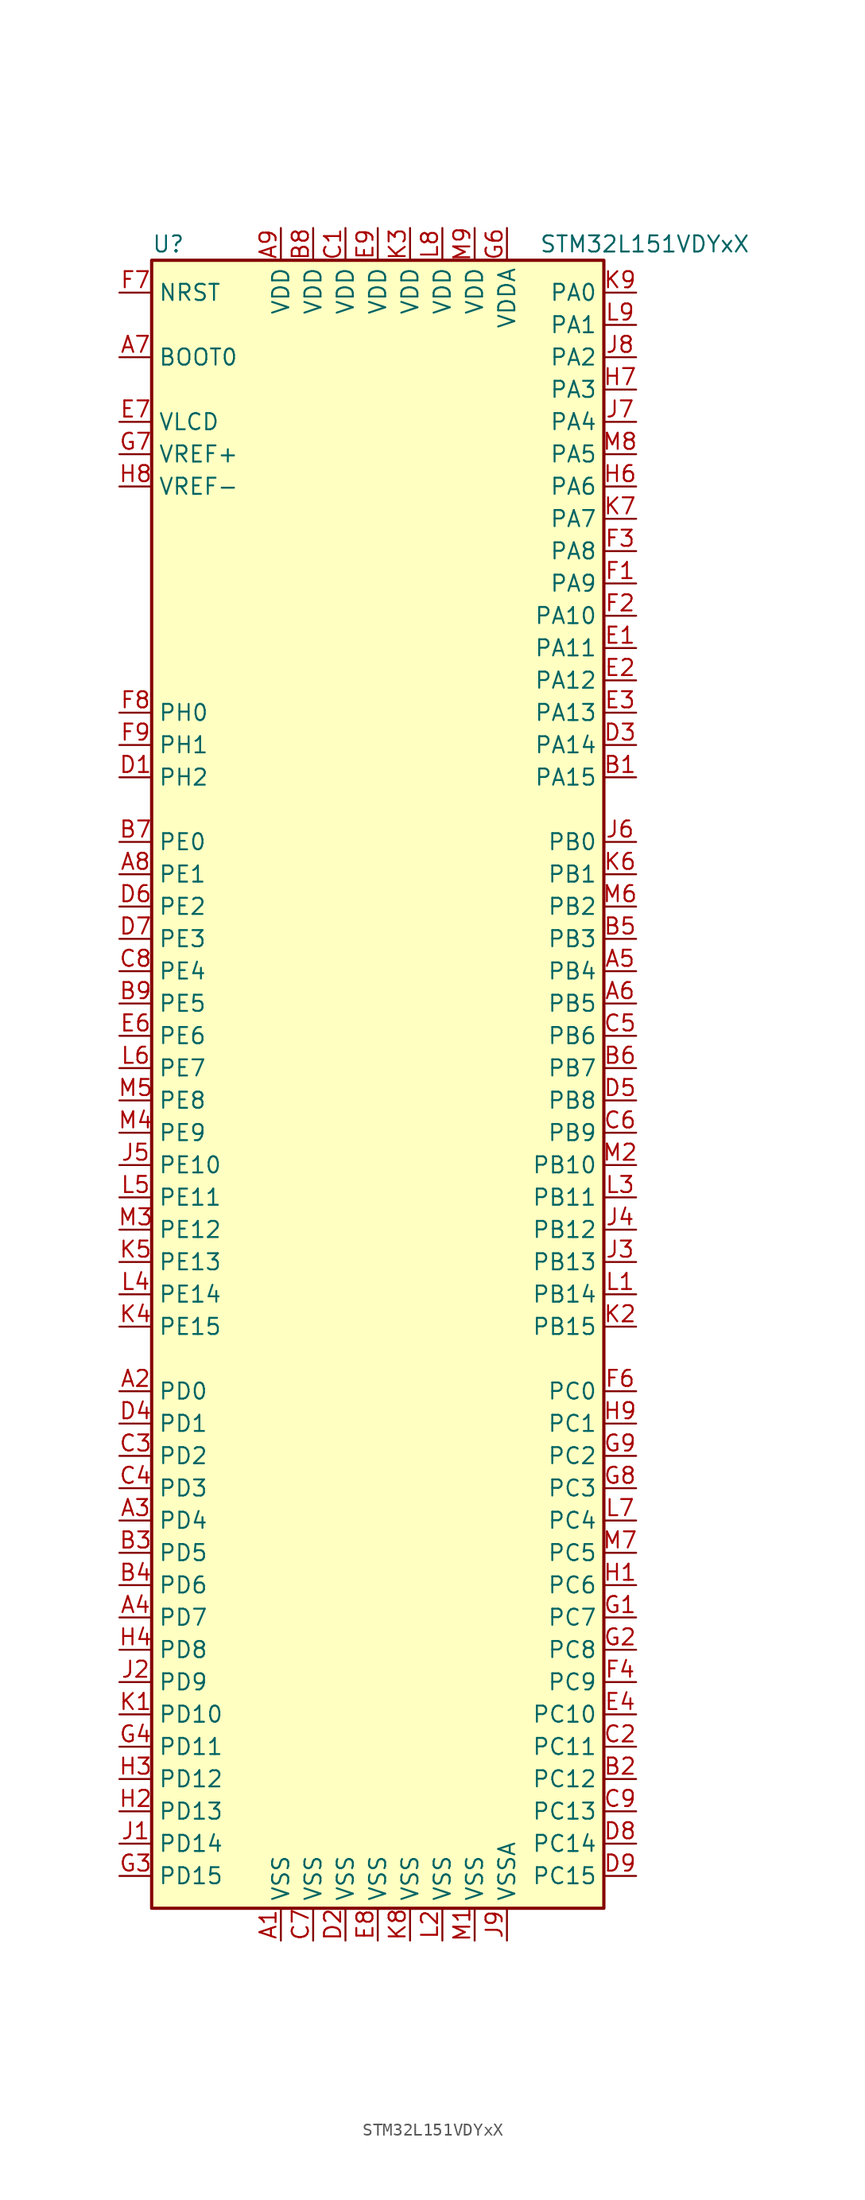
<source format=kicad_sym>
(kicad_symbol_lib
  (version 20201005)
  (generator kicad_symbol_editor)
  (symbol "MCU_ST_STM32L1:STM32L151VDYxX"
    (property "Reference" "U"
      (at -17.78 64.77 0)
      (effects (font (size 1.27 1.27)) (justify left)))
    (property "Value" "STM32L151VDYxX"
      (at 12.7 64.77 0)
      (effects (font (size 1.27 1.27)) (justify left)))
    (symbol "STM32L151VDYxX_0_1"
      (rectangle (start -17.78 -66.04) (end 17.78 63.5) (stroke (width 0.254)) (fill (type background))))
    (symbol "STM32L151VDYxX_1_1"
      (pin input line (at -20.32 55.88 0) (length 2.54) (name "BOOT0" (effects (font (size 1.27 1.27)))) (number "A7" (effects (font (size 1.27 1.27)))))
      (pin input line (at -20.32 60.96 0) (length 2.54) (name "NRST" (effects (font (size 1.27 1.27)))) (number "F7" (effects (font (size 1.27 1.27)))))
      (pin bidirectional line (at 20.32 60.96 180) (length 2.54) (name "PA0" (effects (font (size 1.27 1.27)))) (number "K9" (effects (font (size 1.27 1.27)))))
      (pin bidirectional line (at 20.32 58.42 180) (length 2.54) (name "PA1" (effects (font (size 1.27 1.27)))) (number "L9" (effects (font (size 1.27 1.27)))))
      (pin bidirectional line (at 20.32 35.56 180) (length 2.54) (name "PA10" (effects (font (size 1.27 1.27)))) (number "F2" (effects (font (size 1.27 1.27)))))
      (pin bidirectional line (at 20.32 33.02 180) (length 2.54) (name "PA11" (effects (font (size 1.27 1.27)))) (number "E1" (effects (font (size 1.27 1.27)))))
      (pin bidirectional line (at 20.32 30.48 180) (length 2.54) (name "PA12" (effects (font (size 1.27 1.27)))) (number "E2" (effects (font (size 1.27 1.27)))))
      (pin bidirectional line (at 20.32 27.94 180) (length 2.54) (name "PA13" (effects (font (size 1.27 1.27)))) (number "E3" (effects (font (size 1.27 1.27)))))
      (pin bidirectional line (at 20.32 25.4 180) (length 2.54) (name "PA14" (effects (font (size 1.27 1.27)))) (number "D3" (effects (font (size 1.27 1.27)))))
      (pin bidirectional line (at 20.32 22.86 180) (length 2.54) (name "PA15" (effects (font (size 1.27 1.27)))) (number "B1" (effects (font (size 1.27 1.27)))))
      (pin bidirectional line (at 20.32 55.88 180) (length 2.54) (name "PA2" (effects (font (size 1.27 1.27)))) (number "J8" (effects (font (size 1.27 1.27)))))
      (pin bidirectional line (at 20.32 53.34 180) (length 2.54) (name "PA3" (effects (font (size 1.27 1.27)))) (number "H7" (effects (font (size 1.27 1.27)))))
      (pin bidirectional line (at 20.32 50.8 180) (length 2.54) (name "PA4" (effects (font (size 1.27 1.27)))) (number "J7" (effects (font (size 1.27 1.27)))))
      (pin bidirectional line (at 20.32 48.26 180) (length 2.54) (name "PA5" (effects (font (size 1.27 1.27)))) (number "M8" (effects (font (size 1.27 1.27)))))
      (pin bidirectional line (at 20.32 45.72 180) (length 2.54) (name "PA6" (effects (font (size 1.27 1.27)))) (number "H6" (effects (font (size 1.27 1.27)))))
      (pin bidirectional line (at 20.32 43.18 180) (length 2.54) (name "PA7" (effects (font (size 1.27 1.27)))) (number "K7" (effects (font (size 1.27 1.27)))))
      (pin bidirectional line (at 20.32 40.64 180) (length 2.54) (name "PA8" (effects (font (size 1.27 1.27)))) (number "F3" (effects (font (size 1.27 1.27)))))
      (pin bidirectional line (at 20.32 38.1 180) (length 2.54) (name "PA9" (effects (font (size 1.27 1.27)))) (number "F1" (effects (font (size 1.27 1.27)))))
      (pin bidirectional line (at 20.32 17.78 180) (length 2.54) (name "PB0" (effects (font (size 1.27 1.27)))) (number "J6" (effects (font (size 1.27 1.27)))))
      (pin bidirectional line (at 20.32 15.24 180) (length 2.54) (name "PB1" (effects (font (size 1.27 1.27)))) (number "K6" (effects (font (size 1.27 1.27)))))
      (pin bidirectional line (at 20.32 -7.62 180) (length 2.54) (name "PB10" (effects (font (size 1.27 1.27)))) (number "M2" (effects (font (size 1.27 1.27)))))
      (pin bidirectional line (at 20.32 -10.16 180) (length 2.54) (name "PB11" (effects (font (size 1.27 1.27)))) (number "L3" (effects (font (size 1.27 1.27)))))
      (pin bidirectional line (at 20.32 -12.7 180) (length 2.54) (name "PB12" (effects (font (size 1.27 1.27)))) (number "J4" (effects (font (size 1.27 1.27)))))
      (pin bidirectional line (at 20.32 -15.24 180) (length 2.54) (name "PB13" (effects (font (size 1.27 1.27)))) (number "J3" (effects (font (size 1.27 1.27)))))
      (pin bidirectional line (at 20.32 -17.78 180) (length 2.54) (name "PB14" (effects (font (size 1.27 1.27)))) (number "L1" (effects (font (size 1.27 1.27)))))
      (pin bidirectional line (at 20.32 -20.32 180) (length 2.54) (name "PB15" (effects (font (size 1.27 1.27)))) (number "K2" (effects (font (size 1.27 1.27)))))
      (pin bidirectional line (at 20.32 12.7 180) (length 2.54) (name "PB2" (effects (font (size 1.27 1.27)))) (number "M6" (effects (font (size 1.27 1.27)))))
      (pin bidirectional line (at 20.32 10.16 180) (length 2.54) (name "PB3" (effects (font (size 1.27 1.27)))) (number "B5" (effects (font (size 1.27 1.27)))))
      (pin bidirectional line (at 20.32 7.62 180) (length 2.54) (name "PB4" (effects (font (size 1.27 1.27)))) (number "A5" (effects (font (size 1.27 1.27)))))
      (pin bidirectional line (at 20.32 5.08 180) (length 2.54) (name "PB5" (effects (font (size 1.27 1.27)))) (number "A6" (effects (font (size 1.27 1.27)))))
      (pin bidirectional line (at 20.32 2.54 180) (length 2.54) (name "PB6" (effects (font (size 1.27 1.27)))) (number "C5" (effects (font (size 1.27 1.27)))))
      (pin bidirectional line (at 20.32 0 180) (length 2.54) (name "PB7" (effects (font (size 1.27 1.27)))) (number "B6" (effects (font (size 1.27 1.27)))))
      (pin bidirectional line (at 20.32 -2.54 180) (length 2.54) (name "PB8" (effects (font (size 1.27 1.27)))) (number "D5" (effects (font (size 1.27 1.27)))))
      (pin bidirectional line (at 20.32 -5.08 180) (length 2.54) (name "PB9" (effects (font (size 1.27 1.27)))) (number "C6" (effects (font (size 1.27 1.27)))))
      (pin bidirectional line (at 20.32 -25.4 180) (length 2.54) (name "PC0" (effects (font (size 1.27 1.27)))) (number "F6" (effects (font (size 1.27 1.27)))))
      (pin bidirectional line (at 20.32 -27.94 180) (length 2.54) (name "PC1" (effects (font (size 1.27 1.27)))) (number "H9" (effects (font (size 1.27 1.27)))))
      (pin bidirectional line (at 20.32 -50.8 180) (length 2.54) (name "PC10" (effects (font (size 1.27 1.27)))) (number "E4" (effects (font (size 1.27 1.27)))))
      (pin bidirectional line (at 20.32 -53.34 180) (length 2.54) (name "PC11" (effects (font (size 1.27 1.27)))) (number "C2" (effects (font (size 1.27 1.27)))))
      (pin bidirectional line (at 20.32 -55.88 180) (length 2.54) (name "PC12" (effects (font (size 1.27 1.27)))) (number "B2" (effects (font (size 1.27 1.27)))))
      (pin bidirectional line (at 20.32 -58.42 180) (length 2.54) (name "PC13" (effects (font (size 1.27 1.27)))) (number "C9" (effects (font (size 1.27 1.27)))))
      (pin bidirectional line (at 20.32 -60.96 180) (length 2.54) (name "PC14" (effects (font (size 1.27 1.27)))) (number "D8" (effects (font (size 1.27 1.27)))))
      (pin bidirectional line (at 20.32 -63.5 180) (length 2.54) (name "PC15" (effects (font (size 1.27 1.27)))) (number "D9" (effects (font (size 1.27 1.27)))))
      (pin bidirectional line (at 20.32 -30.48 180) (length 2.54) (name "PC2" (effects (font (size 1.27 1.27)))) (number "G9" (effects (font (size 1.27 1.27)))))
      (pin bidirectional line (at 20.32 -33.02 180) (length 2.54) (name "PC3" (effects (font (size 1.27 1.27)))) (number "G8" (effects (font (size 1.27 1.27)))))
      (pin bidirectional line (at 20.32 -35.56 180) (length 2.54) (name "PC4" (effects (font (size 1.27 1.27)))) (number "L7" (effects (font (size 1.27 1.27)))))
      (pin bidirectional line (at 20.32 -38.1 180) (length 2.54) (name "PC5" (effects (font (size 1.27 1.27)))) (number "M7" (effects (font (size 1.27 1.27)))))
      (pin bidirectional line (at 20.32 -40.64 180) (length 2.54) (name "PC6" (effects (font (size 1.27 1.27)))) (number "H1" (effects (font (size 1.27 1.27)))))
      (pin bidirectional line (at 20.32 -43.18 180) (length 2.54) (name "PC7" (effects (font (size 1.27 1.27)))) (number "G1" (effects (font (size 1.27 1.27)))))
      (pin bidirectional line (at 20.32 -45.72 180) (length 2.54) (name "PC8" (effects (font (size 1.27 1.27)))) (number "G2" (effects (font (size 1.27 1.27)))))
      (pin bidirectional line (at 20.32 -48.26 180) (length 2.54) (name "PC9" (effects (font (size 1.27 1.27)))) (number "F4" (effects (font (size 1.27 1.27)))))
      (pin bidirectional line (at -20.32 -25.4 0) (length 2.54) (name "PD0" (effects (font (size 1.27 1.27)))) (number "A2" (effects (font (size 1.27 1.27)))))
      (pin bidirectional line (at -20.32 -27.94 0) (length 2.54) (name "PD1" (effects (font (size 1.27 1.27)))) (number "D4" (effects (font (size 1.27 1.27)))))
      (pin bidirectional line (at -20.32 -50.8 0) (length 2.54) (name "PD10" (effects (font (size 1.27 1.27)))) (number "K1" (effects (font (size 1.27 1.27)))))
      (pin bidirectional line (at -20.32 -53.34 0) (length 2.54) (name "PD11" (effects (font (size 1.27 1.27)))) (number "G4" (effects (font (size 1.27 1.27)))))
      (pin bidirectional line (at -20.32 -55.88 0) (length 2.54) (name "PD12" (effects (font (size 1.27 1.27)))) (number "H3" (effects (font (size 1.27 1.27)))))
      (pin bidirectional line (at -20.32 -58.42 0) (length 2.54) (name "PD13" (effects (font (size 1.27 1.27)))) (number "H2" (effects (font (size 1.27 1.27)))))
      (pin bidirectional line (at -20.32 -60.96 0) (length 2.54) (name "PD14" (effects (font (size 1.27 1.27)))) (number "J1" (effects (font (size 1.27 1.27)))))
      (pin bidirectional line (at -20.32 -63.5 0) (length 2.54) (name "PD15" (effects (font (size 1.27 1.27)))) (number "G3" (effects (font (size 1.27 1.27)))))
      (pin bidirectional line (at -20.32 -30.48 0) (length 2.54) (name "PD2" (effects (font (size 1.27 1.27)))) (number "C3" (effects (font (size 1.27 1.27)))))
      (pin bidirectional line (at -20.32 -33.02 0) (length 2.54) (name "PD3" (effects (font (size 1.27 1.27)))) (number "C4" (effects (font (size 1.27 1.27)))))
      (pin bidirectional line (at -20.32 -35.56 0) (length 2.54) (name "PD4" (effects (font (size 1.27 1.27)))) (number "A3" (effects (font (size 1.27 1.27)))))
      (pin bidirectional line (at -20.32 -38.1 0) (length 2.54) (name "PD5" (effects (font (size 1.27 1.27)))) (number "B3" (effects (font (size 1.27 1.27)))))
      (pin bidirectional line (at -20.32 -40.64 0) (length 2.54) (name "PD6" (effects (font (size 1.27 1.27)))) (number "B4" (effects (font (size 1.27 1.27)))))
      (pin bidirectional line (at -20.32 -43.18 0) (length 2.54) (name "PD7" (effects (font (size 1.27 1.27)))) (number "A4" (effects (font (size 1.27 1.27)))))
      (pin bidirectional line (at -20.32 -45.72 0) (length 2.54) (name "PD8" (effects (font (size 1.27 1.27)))) (number "H4" (effects (font (size 1.27 1.27)))))
      (pin bidirectional line (at -20.32 -48.26 0) (length 2.54) (name "PD9" (effects (font (size 1.27 1.27)))) (number "J2" (effects (font (size 1.27 1.27)))))
      (pin bidirectional line (at -20.32 17.78 0) (length 2.54) (name "PE0" (effects (font (size 1.27 1.27)))) (number "B7" (effects (font (size 1.27 1.27)))))
      (pin bidirectional line (at -20.32 15.24 0) (length 2.54) (name "PE1" (effects (font (size 1.27 1.27)))) (number "A8" (effects (font (size 1.27 1.27)))))
      (pin bidirectional line (at -20.32 -7.62 0) (length 2.54) (name "PE10" (effects (font (size 1.27 1.27)))) (number "J5" (effects (font (size 1.27 1.27)))))
      (pin bidirectional line (at -20.32 -10.16 0) (length 2.54) (name "PE11" (effects (font (size 1.27 1.27)))) (number "L5" (effects (font (size 1.27 1.27)))))
      (pin bidirectional line (at -20.32 -12.7 0) (length 2.54) (name "PE12" (effects (font (size 1.27 1.27)))) (number "M3" (effects (font (size 1.27 1.27)))))
      (pin bidirectional line (at -20.32 -15.24 0) (length 2.54) (name "PE13" (effects (font (size 1.27 1.27)))) (number "K5" (effects (font (size 1.27 1.27)))))
      (pin bidirectional line (at -20.32 -17.78 0) (length 2.54) (name "PE14" (effects (font (size 1.27 1.27)))) (number "L4" (effects (font (size 1.27 1.27)))))
      (pin bidirectional line (at -20.32 -20.32 0) (length 2.54) (name "PE15" (effects (font (size 1.27 1.27)))) (number "K4" (effects (font (size 1.27 1.27)))))
      (pin bidirectional line (at -20.32 12.7 0) (length 2.54) (name "PE2" (effects (font (size 1.27 1.27)))) (number "D6" (effects (font (size 1.27 1.27)))))
      (pin bidirectional line (at -20.32 10.16 0) (length 2.54) (name "PE3" (effects (font (size 1.27 1.27)))) (number "D7" (effects (font (size 1.27 1.27)))))
      (pin bidirectional line (at -20.32 7.62 0) (length 2.54) (name "PE4" (effects (font (size 1.27 1.27)))) (number "C8" (effects (font (size 1.27 1.27)))))
      (pin bidirectional line (at -20.32 5.08 0) (length 2.54) (name "PE5" (effects (font (size 1.27 1.27)))) (number "B9" (effects (font (size 1.27 1.27)))))
      (pin bidirectional line (at -20.32 2.54 0) (length 2.54) (name "PE6" (effects (font (size 1.27 1.27)))) (number "E6" (effects (font (size 1.27 1.27)))))
      (pin bidirectional line (at -20.32 0 0) (length 2.54) (name "PE7" (effects (font (size 1.27 1.27)))) (number "L6" (effects (font (size 1.27 1.27)))))
      (pin bidirectional line (at -20.32 -2.54 0) (length 2.54) (name "PE8" (effects (font (size 1.27 1.27)))) (number "M5" (effects (font (size 1.27 1.27)))))
      (pin bidirectional line (at -20.32 -5.08 0) (length 2.54) (name "PE9" (effects (font (size 1.27 1.27)))) (number "M4" (effects (font (size 1.27 1.27)))))
      (pin input line (at -20.32 27.94 0) (length 2.54) (name "PH0" (effects (font (size 1.27 1.27)))) (number "F8" (effects (font (size 1.27 1.27)))))
      (pin input line (at -20.32 25.4 0) (length 2.54) (name "PH1" (effects (font (size 1.27 1.27)))) (number "F9" (effects (font (size 1.27 1.27)))))
      (pin bidirectional line (at -20.32 22.86 0) (length 2.54) (name "PH2" (effects (font (size 1.27 1.27)))) (number "D1" (effects (font (size 1.27 1.27)))))
      (pin power_in line (at -7.62 66.04 270) (length 2.54) (name "VDD" (effects (font (size 1.27 1.27)))) (number "A9" (effects (font (size 1.27 1.27)))))
      (pin power_in line (at -5.08 66.04 270) (length 2.54) (name "VDD" (effects (font (size 1.27 1.27)))) (number "B8" (effects (font (size 1.27 1.27)))))
      (pin power_in line (at -2.54 66.04 270) (length 2.54) (name "VDD" (effects (font (size 1.27 1.27)))) (number "C1" (effects (font (size 1.27 1.27)))))
      (pin power_in line (at 0 66.04 270) (length 2.54) (name "VDD" (effects (font (size 1.27 1.27)))) (number "E9" (effects (font (size 1.27 1.27)))))
      (pin power_in line (at 2.54 66.04 270) (length 2.54) (name "VDD" (effects (font (size 1.27 1.27)))) (number "K3" (effects (font (size 1.27 1.27)))))
      (pin power_in line (at 5.08 66.04 270) (length 2.54) (name "VDD" (effects (font (size 1.27 1.27)))) (number "L8" (effects (font (size 1.27 1.27)))))
      (pin power_in line (at 7.62 66.04 270) (length 2.54) (name "VDD" (effects (font (size 1.27 1.27)))) (number "M9" (effects (font (size 1.27 1.27)))))
      (pin power_in line (at 10.16 66.04 270) (length 2.54) (name "VDDA" (effects (font (size 1.27 1.27)))) (number "G6" (effects (font (size 1.27 1.27)))))
      (pin power_in line (at -20.32 50.8 0) (length 2.54) (name "VLCD" (effects (font (size 1.27 1.27)))) (number "E7" (effects (font (size 1.27 1.27)))))
      (pin power_in line (at -20.32 48.26 0) (length 2.54) (name "VREF+" (effects (font (size 1.27 1.27)))) (number "G7" (effects (font (size 1.27 1.27)))))
      (pin power_in line (at -20.32 45.72 0) (length 2.54) (name "VREF-" (effects (font (size 1.27 1.27)))) (number "H8" (effects (font (size 1.27 1.27)))))
      (pin power_in line (at -7.62 -68.58 90) (length 2.54) (name "VSS" (effects (font (size 1.27 1.27)))) (number "A1" (effects (font (size 1.27 1.27)))))
      (pin power_in line (at -5.08 -68.58 90) (length 2.54) (name "VSS" (effects (font (size 1.27 1.27)))) (number "C7" (effects (font (size 1.27 1.27)))))
      (pin power_in line (at -2.54 -68.58 90) (length 2.54) (name "VSS" (effects (font (size 1.27 1.27)))) (number "D2" (effects (font (size 1.27 1.27)))))
      (pin power_in line (at 0 -68.58 90) (length 2.54) (name "VSS" (effects (font (size 1.27 1.27)))) (number "E8" (effects (font (size 1.27 1.27)))))
      (pin power_in line (at 2.54 -68.58 90) (length 2.54) (name "VSS" (effects (font (size 1.27 1.27)))) (number "K8" (effects (font (size 1.27 1.27)))))
      (pin power_in line (at 5.08 -68.58 90) (length 2.54) (name "VSS" (effects (font (size 1.27 1.27)))) (number "L2" (effects (font (size 1.27 1.27)))))
      (pin power_in line (at 7.62 -68.58 90) (length 2.54) (name "VSS" (effects (font (size 1.27 1.27)))) (number "M1" (effects (font (size 1.27 1.27)))))
      (pin power_in line (at 10.16 -68.58 90) (length 2.54) (name "VSSA" (effects (font (size 1.27 1.27)))) (number "J9" (effects (font (size 1.27 1.27))))))))
</source>
